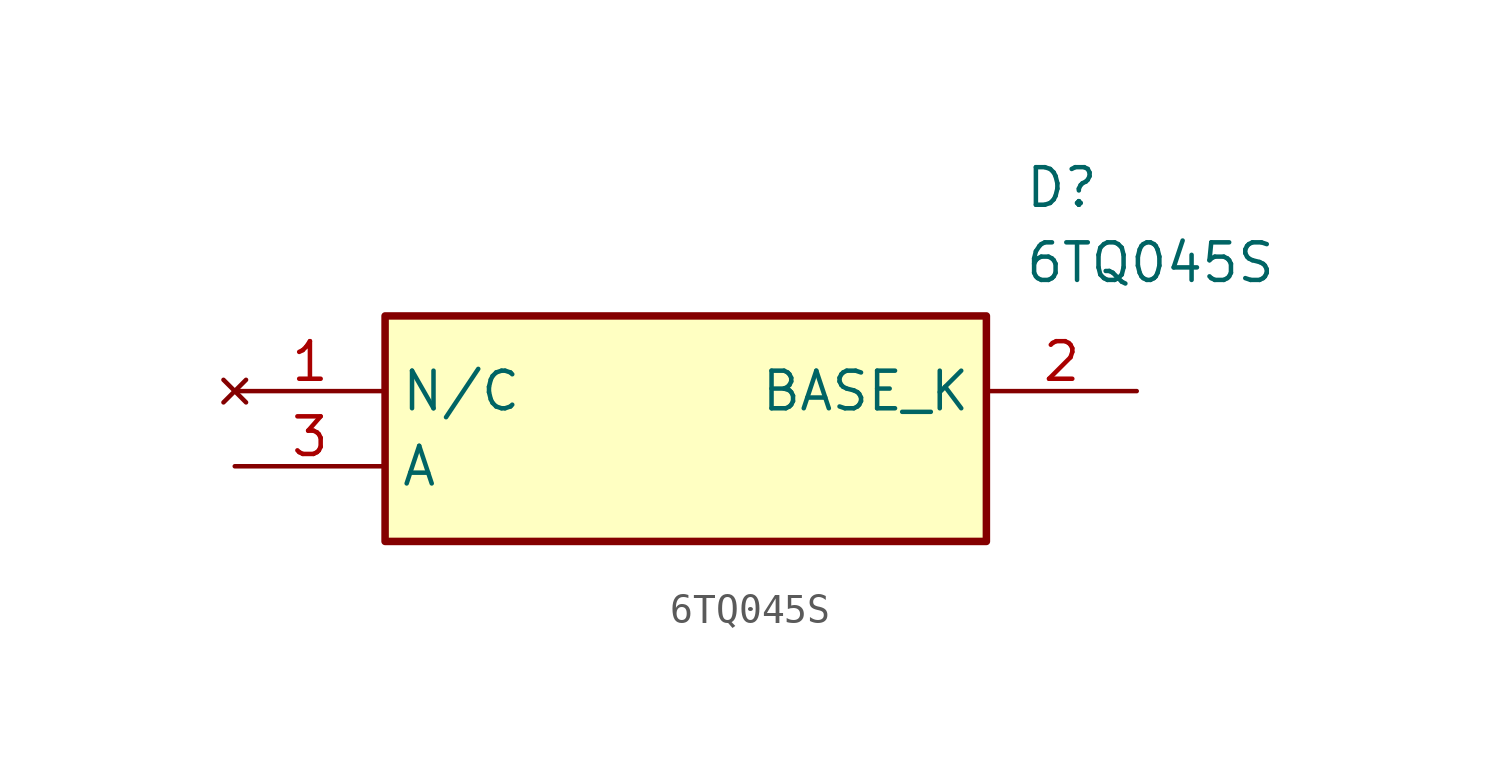
<source format=kicad_sym>
(kicad_symbol_lib
  (version 20211014)
  (generator SamacSys_ECAD_Model)
  (symbol "6TQ045S"
    (property "Reference" "D"
      (at 26.67 7.62 0)
      (effects (font (size 1.27 1.27)) (justify left top)))
    (property "Value" "6TQ045S"
      (at 26.67 5.08 0)
      (effects (font (size 1.27 1.27)) (justify left top)))
    (rectangle
      (start 5.08 2.54)
      (end 25.4 -5.08)
      (stroke (width 0.254) (type default))
      (fill (type background)))
    (pin no_connect line
      (at 0 0 0)
      (length 5.08)
      (name "N/C" (effects (font (size 1.27 1.27))))
      (number "1" (effects (font (size 1.27 1.27)))))
    (pin passive line
      (at 30.48 0 180)
      (length 5.08)
      (name "BASE_K" (effects (font (size 1.27 1.27))))
      (number "2" (effects (font (size 1.27 1.27)))))
    (pin passive line
      (at 0 -2.54 0)
      (length 5.08)
      (name "A" (effects (font (size 1.27 1.27))))
      (number "3" (effects (font (size 1.27 1.27)))))))
</source>
